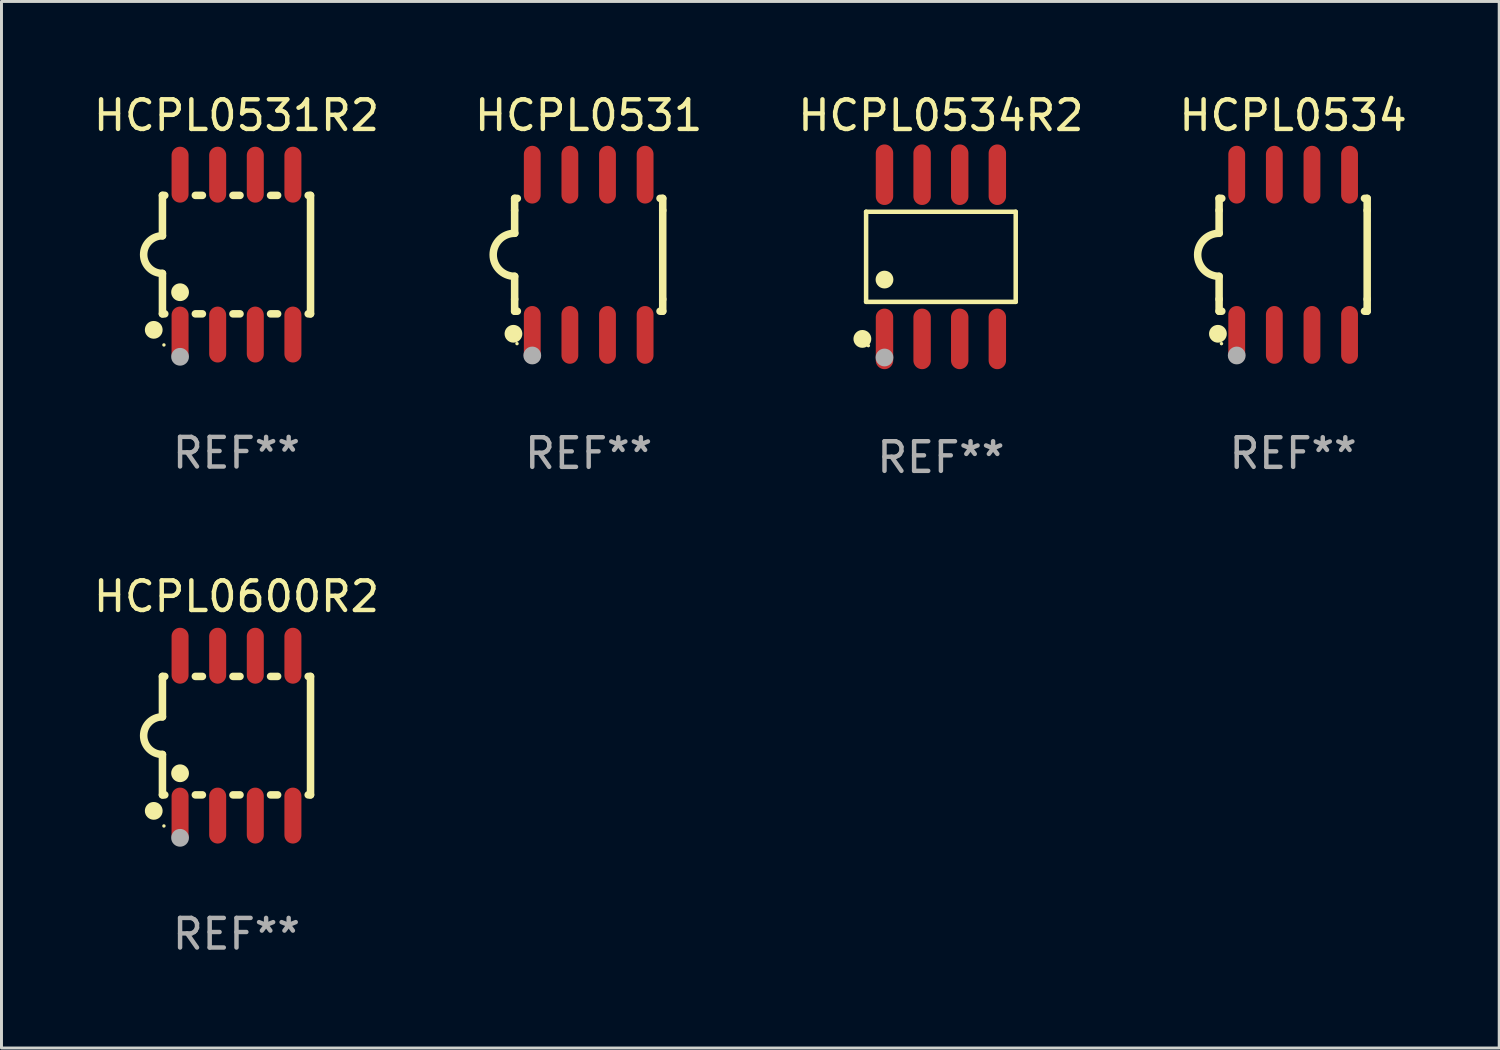
<source format=kicad_pcb>
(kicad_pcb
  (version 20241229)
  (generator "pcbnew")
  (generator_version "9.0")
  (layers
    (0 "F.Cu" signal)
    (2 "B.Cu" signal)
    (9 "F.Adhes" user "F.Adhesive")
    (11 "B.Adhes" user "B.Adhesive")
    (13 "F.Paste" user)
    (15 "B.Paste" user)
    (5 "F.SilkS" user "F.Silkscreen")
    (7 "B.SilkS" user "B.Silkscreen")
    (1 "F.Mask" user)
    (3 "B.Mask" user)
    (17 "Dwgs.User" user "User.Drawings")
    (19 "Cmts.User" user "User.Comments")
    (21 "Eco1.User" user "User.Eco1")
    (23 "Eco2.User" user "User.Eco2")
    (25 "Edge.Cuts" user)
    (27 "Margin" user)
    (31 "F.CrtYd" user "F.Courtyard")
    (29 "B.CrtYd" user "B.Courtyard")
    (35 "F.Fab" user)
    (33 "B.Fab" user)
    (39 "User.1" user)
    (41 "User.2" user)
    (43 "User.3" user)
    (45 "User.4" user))
  (footprint "HCPL0531R2"
    (layer "F.Cu")
    (at 4.935 5.547)
    (property "Reference" "HCPL0531R2" (at 0 -4.699 0) (layer "F.SilkS") (effects (font (size 1 1) (thickness 0.15))))
    (attr through_hole)
    (fp_line (start -2.5 -2) (end -2.5 -0.635) (stroke (width 0.254) (type solid)) (layer "F.SilkS"))
    (fp_line (start -2.5 -2) (end -2.421 -2) (stroke (width 0.254) (type solid)) (layer "F.SilkS"))
    (fp_line (start -2.5 2) (end -2.5 0.635) (stroke (width 0.254) (type solid)) (layer "F.SilkS"))
    (fp_line (start -2.5 2) (end -2.421 2) (stroke (width 0.254) (type solid)) (layer "F.SilkS"))
    (fp_line (start -1.389 -2) (end -1.151 -2) (stroke (width 0.254) (type solid)) (layer "F.SilkS"))
    (fp_line (start -1.389 2) (end -1.151 2) (stroke (width 0.254) (type solid)) (layer "F.SilkS"))
    (fp_line (start -0.119 -2) (end 0.119 -2) (stroke (width 0.254) (type solid)) (layer "F.SilkS"))
    (fp_line (start -0.119 2) (end 0.119 2) (stroke (width 0.254) (type solid)) (layer "F.SilkS"))
    (fp_line (start 1.151 -2) (end 1.389 -2) (stroke (width 0.254) (type solid)) (layer "F.SilkS"))
    (fp_line (start 1.151 2) (end 1.389 2) (stroke (width 0.254) (type solid)) (layer "F.SilkS"))
    (fp_line (start 2.421 -2) (end 2.5 -2) (stroke (width 0.254) (type solid)) (layer "F.SilkS"))
    (fp_line (start 2.421 2) (end 2.5 2) (stroke (width 0.254) (type solid)) (layer "F.SilkS"))
    (fp_line (start 2.5 -2) (end 2.5 2) (stroke (width 0.254) (type solid)) (layer "F.SilkS"))
    (fp_arc (start -2.5 0.635001) (mid -3.134366 -0.000318) (end -2.499365 -0.635001) (stroke (width 0.254001) (type solid)) (layer "F.SilkS"))
    (fp_circle (center -2.794 2.54) (end -2.644 2.54) (stroke (width 0.3) (type solid)) (fill no) (layer "F.SilkS"))
    (fp_circle (center -2.45 3.05) (end -2.42 3.05) (stroke (width 0.06) (type solid)) (fill no) (layer "F.SilkS"))
    (fp_circle (center -1.905 1.27) (end -1.755 1.27) (stroke (width 0.3) (type solid)) (fill no) (layer "F.SilkS"))
    (fp_circle (center -1.905 3.45) (end -1.755 3.45) (stroke (width 0.3) (type solid)) (fill no) (layer "F.Fab"))
    (fp_text user "REF**" (at 0 6.699 0) (layer "F.Fab") (effects (font (size 1 1) (thickness 0.15))))
    (pad "1" smd oval (at -1.905 2.699) (size 0.574 1.888) (layers "F.Cu" "F.Mask" "F.Paste"))
    (pad "2" smd oval (at -0.635 2.699) (size 0.574 1.888) (layers "F.Cu" "F.Mask" "F.Paste"))
    (pad "3" smd oval (at 0.635 2.699) (size 0.574 1.888) (layers "F.Cu" "F.Mask" "F.Paste"))
    (pad "4" smd oval (at 1.905 2.699) (size 0.574 1.888) (layers "F.Cu" "F.Mask" "F.Paste"))
    (pad "5" smd oval (at 1.905 -2.699) (size 0.574 1.888) (layers "F.Cu" "F.Mask" "F.Paste"))
    (pad "6" smd oval (at 0.635 -2.699) (size 0.574 1.888) (layers "F.Cu" "F.Mask" "F.Paste"))
    (pad "7" smd oval (at -0.635 -2.699) (size 0.574 1.888) (layers "F.Cu" "F.Mask" "F.Paste"))
    (pad "8" smd oval (at -1.905 -2.699) (size 0.574 1.888) (layers "F.Cu" "F.Mask" "F.Paste")))
  (footprint "HCPL0534R2"
    (layer "F.Cu")
    (at 28.72 5.621)
    (property "Reference" "HCPL0534R2" (at 0 -4.772 0) (layer "F.SilkS") (effects (font (size 1 1) (thickness 0.15))))
    (attr through_hole)
    (fp_line (start -2.526 -1.521) (end 2.526 -1.521) (stroke (width 0.152) (type solid)) (layer "F.SilkS"))
    (fp_line (start -2.526 1.521) (end -2.526 -1.521) (stroke (width 0.152) (type solid)) (layer "F.SilkS"))
    (fp_line (start 2.526 -1.521) (end 2.526 1.521) (stroke (width 0.152) (type solid)) (layer "F.SilkS"))
    (fp_line (start 2.526 1.521) (end -2.526 1.521) (stroke (width 0.152) (type solid)) (layer "F.SilkS"))
    (fp_circle (center -2.652 2.772) (end -2.501 2.772) (stroke (width 0.3) (type solid)) (fill no) (layer "F.SilkS"))
    (fp_circle (center -2.45 3) (end -2.42 3) (stroke (width 0.06) (type solid)) (fill no) (layer "F.SilkS"))
    (fp_circle (center -1.905 0.769) (end -1.755 0.769) (stroke (width 0.3) (type solid)) (fill no) (layer "F.SilkS"))
    (fp_circle (center -1.905 3.4) (end -1.755 3.4) (stroke (width 0.3) (type solid)) (fill no) (layer "F.Fab"))
    (fp_text user "REF**" (at 0 6.772 0) (layer "F.Fab") (effects (font (size 1 1) (thickness 0.15))))
    (pad "1" smd oval (at -1.905 2.772) (size 0.588 2.045) (layers "F.Cu" "F.Mask" "F.Paste"))
    (pad "2" smd oval (at -0.635 2.772) (size 0.588 2.045) (layers "F.Cu" "F.Mask" "F.Paste"))
    (pad "3" smd oval (at 0.635 2.772) (size 0.588 2.045) (layers "F.Cu" "F.Mask" "F.Paste"))
    (pad "4" smd oval (at 1.905 2.772) (size 0.588 2.045) (layers "F.Cu" "F.Mask" "F.Paste"))
    (pad "5" smd oval (at 1.905 -2.772) (size 0.588 2.045) (layers "F.Cu" "F.Mask" "F.Paste"))
    (pad "6" smd oval (at 0.635 -2.772) (size 0.588 2.045) (layers "F.Cu" "F.Mask" "F.Paste"))
    (pad "7" smd oval (at -0.635 -2.772) (size 0.588 2.045) (layers "F.Cu" "F.Mask" "F.Paste"))
    (pad "8" smd oval (at -1.905 -2.772) (size 0.588 2.045) (layers "F.Cu" "F.Mask" "F.Paste")))
  (footprint "HCPL0534"
    (layer "F.Cu")
    (at 40.613 5.553)
    (property "Reference" "HCPL0534" (at 0 -4.705 0) (layer "F.SilkS") (effects (font (size 1 1) (thickness 0.15))))
    (attr through_hole)
    (fp_line (start -2.5 -1.905) (end -2.409 -1.905) (stroke (width 0.254) (type solid)) (layer "F.SilkS"))
    (fp_line (start -2.5 -1.5) (end -2.5 -1.905) (stroke (width 0.254) (type solid)) (layer "F.SilkS"))
    (fp_line (start -2.5 -1.5) (end -2.5 -0.726) (stroke (width 0.254) (type solid)) (layer "F.SilkS"))
    (fp_line (start -2.5 1.5) (end -2.5 0.727) (stroke (width 0.254) (type solid)) (layer "F.SilkS"))
    (fp_line (start -2.5 1.5) (end -2.5 1.905) (stroke (width 0.254) (type solid)) (layer "F.SilkS"))
    (fp_line (start -2.5 1.905) (end -2.409 1.905) (stroke (width 0.254) (type solid)) (layer "F.SilkS"))
    (fp_line (start 2.5 -1.905) (end 2.409 -1.905) (stroke (width 0.254) (type solid)) (layer "F.SilkS"))
    (fp_line (start 2.5 -1.5) (end 2.5 -1.905) (stroke (width 0.254) (type solid)) (layer "F.SilkS"))
    (fp_line (start 2.5 -1.5) (end 2.5 1.5) (stroke (width 0.254) (type solid)) (layer "F.SilkS"))
    (fp_line (start 2.5 1.5) (end 2.5 1.905) (stroke (width 0.254) (type solid)) (layer "F.SilkS"))
    (fp_line (start 2.5 1.905) (end 2.409 1.905) (stroke (width 0.254) (type solid)) (layer "F.SilkS"))
    (fp_arc (start -2.5 0.726568) (mid -3.220316 -0.0023) (end -2.495097 -0.726289) (stroke (width 0.254001) (type solid)) (layer "F.SilkS"))
    (fp_circle (center -2.54 2.667) (end -2.39 2.667) (stroke (width 0.3) (type solid)) (fill no) (layer "F.SilkS"))
    (fp_circle (center -2.42 3) (end -2.39 3) (stroke (width 0.06) (type solid)) (fill no) (layer "F.SilkS"))
    (fp_circle (center -1.905 3.4) (end -1.755 3.4) (stroke (width 0.3) (type solid)) (fill no) (layer "F.Fab"))
    (fp_text user "REF**" (at 0 6.705 0) (layer "F.Fab") (effects (font (size 1 1) (thickness 0.15))))
    (pad "1" smd oval (at -1.905 2.705) (size 0.568 1.95) (layers "F.Cu" "F.Mask" "F.Paste"))
    (pad "2" smd oval (at -0.635 2.705) (size 0.568 1.95) (layers "F.Cu" "F.Mask" "F.Paste"))
    (pad "3" smd oval (at 0.635 2.705) (size 0.568 1.95) (layers "F.Cu" "F.Mask" "F.Paste"))
    (pad "4" smd oval (at 1.905 2.705) (size 0.568 1.95) (layers "F.Cu" "F.Mask" "F.Paste"))
    (pad "5" smd oval (at 1.905 -2.705) (size 0.568 1.95) (layers "F.Cu" "F.Mask" "F.Paste"))
    (pad "6" smd oval (at 0.635 -2.705) (size 0.568 1.95) (layers "F.Cu" "F.Mask" "F.Paste"))
    (pad "7" smd oval (at -0.635 -2.705) (size 0.568 1.95) (layers "F.Cu" "F.Mask" "F.Paste"))
    (pad "8" smd oval (at -1.905 -2.705) (size 0.568 1.95) (layers "F.Cu" "F.Mask" "F.Paste")))
  (footprint "HCPL0600R2"
    (layer "F.Cu")
    (at 4.935 21.789)
    (property "Reference" "HCPL0600R2" (at 0 -4.699 0) (layer "F.SilkS") (effects (font (size 1 1) (thickness 0.15))))
    (attr through_hole)
    (fp_line (start -2.5 -2) (end -2.5 -0.635) (stroke (width 0.254) (type solid)) (layer "F.SilkS"))
    (fp_line (start -2.5 -2) (end -2.421 -2) (stroke (width 0.254) (type solid)) (layer "F.SilkS"))
    (fp_line (start -2.5 2) (end -2.5 0.635) (stroke (width 0.254) (type solid)) (layer "F.SilkS"))
    (fp_line (start -2.5 2) (end -2.421 2) (stroke (width 0.254) (type solid)) (layer "F.SilkS"))
    (fp_line (start -1.389 -2) (end -1.151 -2) (stroke (width 0.254) (type solid)) (layer "F.SilkS"))
    (fp_line (start -1.389 2) (end -1.151 2) (stroke (width 0.254) (type solid)) (layer "F.SilkS"))
    (fp_line (start -0.119 -2) (end 0.119 -2) (stroke (width 0.254) (type solid)) (layer "F.SilkS"))
    (fp_line (start -0.119 2) (end 0.119 2) (stroke (width 0.254) (type solid)) (layer "F.SilkS"))
    (fp_line (start 1.151 -2) (end 1.389 -2) (stroke (width 0.254) (type solid)) (layer "F.SilkS"))
    (fp_line (start 1.151 2) (end 1.389 2) (stroke (width 0.254) (type solid)) (layer "F.SilkS"))
    (fp_line (start 2.421 -2) (end 2.5 -2) (stroke (width 0.254) (type solid)) (layer "F.SilkS"))
    (fp_line (start 2.421 2) (end 2.5 2) (stroke (width 0.254) (type solid)) (layer "F.SilkS"))
    (fp_line (start 2.5 -2) (end 2.5 2) (stroke (width 0.254) (type solid)) (layer "F.SilkS"))
    (fp_arc (start -2.5 0.635001) (mid -3.134366 -0.000318) (end -2.499365 -0.635001) (stroke (width 0.254001) (type solid)) (layer "F.SilkS"))
    (fp_circle (center -2.794 2.54) (end -2.644 2.54) (stroke (width 0.3) (type solid)) (fill no) (layer "F.SilkS"))
    (fp_circle (center -2.45 3.05) (end -2.42 3.05) (stroke (width 0.06) (type solid)) (fill no) (layer "F.SilkS"))
    (fp_circle (center -1.905 1.27) (end -1.755 1.27) (stroke (width 0.3) (type solid)) (fill no) (layer "F.SilkS"))
    (fp_circle (center -1.905 3.45) (end -1.755 3.45) (stroke (width 0.3) (type solid)) (fill no) (layer "F.Fab"))
    (fp_text user "REF**" (at 0 6.699 0) (layer "F.Fab") (effects (font (size 1 1) (thickness 0.15))))
    (pad "1" smd oval (at -1.905 2.699) (size 0.574 1.888) (layers "F.Cu" "F.Mask" "F.Paste"))
    (pad "2" smd oval (at -0.635 2.699) (size 0.574 1.888) (layers "F.Cu" "F.Mask" "F.Paste"))
    (pad "3" smd oval (at 0.635 2.699) (size 0.574 1.888) (layers "F.Cu" "F.Mask" "F.Paste"))
    (pad "4" smd oval (at 1.905 2.699) (size 0.574 1.888) (layers "F.Cu" "F.Mask" "F.Paste"))
    (pad "5" smd oval (at 1.905 -2.699) (size 0.574 1.888) (layers "F.Cu" "F.Mask" "F.Paste"))
    (pad "6" smd oval (at 0.635 -2.699) (size 0.574 1.888) (layers "F.Cu" "F.Mask" "F.Paste"))
    (pad "7" smd oval (at -0.635 -2.699) (size 0.574 1.888) (layers "F.Cu" "F.Mask" "F.Paste"))
    (pad "8" smd oval (at -1.905 -2.699) (size 0.574 1.888) (layers "F.Cu" "F.Mask" "F.Paste")))
  (footprint "HCPL0531"
    (layer "F.Cu")
    (at 16.827 5.553)
    (property "Reference" "HCPL0531" (at 0 -4.705 0) (layer "F.SilkS") (effects (font (size 1 1) (thickness 0.15))))
    (attr through_hole)
    (fp_line (start -2.5 -1.905) (end -2.409 -1.905) (stroke (width 0.254) (type solid)) (layer "F.SilkS"))
    (fp_line (start -2.5 -1.5) (end -2.5 -1.905) (stroke (width 0.254) (type solid)) (layer "F.SilkS"))
    (fp_line (start -2.5 -1.5) (end -2.5 -0.726) (stroke (width 0.254) (type solid)) (layer "F.SilkS"))
    (fp_line (start -2.5 1.5) (end -2.5 0.727) (stroke (width 0.254) (type solid)) (layer "F.SilkS"))
    (fp_line (start -2.5 1.5) (end -2.5 1.905) (stroke (width 0.254) (type solid)) (layer "F.SilkS"))
    (fp_line (start -2.5 1.905) (end -2.409 1.905) (stroke (width 0.254) (type solid)) (layer "F.SilkS"))
    (fp_line (start 2.5 -1.905) (end 2.409 -1.905) (stroke (width 0.254) (type solid)) (layer "F.SilkS"))
    (fp_line (start 2.5 -1.5) (end 2.5 -1.905) (stroke (width 0.254) (type solid)) (layer "F.SilkS"))
    (fp_line (start 2.5 -1.5) (end 2.5 1.5) (stroke (width 0.254) (type solid)) (layer "F.SilkS"))
    (fp_line (start 2.5 1.5) (end 2.5 1.905) (stroke (width 0.254) (type solid)) (layer "F.SilkS"))
    (fp_line (start 2.5 1.905) (end 2.409 1.905) (stroke (width 0.254) (type solid)) (layer "F.SilkS"))
    (fp_arc (start -2.5 0.726568) (mid -3.220316 -0.0023) (end -2.495097 -0.726289) (stroke (width 0.254001) (type solid)) (layer "F.SilkS"))
    (fp_circle (center -2.54 2.667) (end -2.39 2.667) (stroke (width 0.3) (type solid)) (fill no) (layer "F.SilkS"))
    (fp_circle (center -2.42 3) (end -2.39 3) (stroke (width 0.06) (type solid)) (fill no) (layer "F.SilkS"))
    (fp_circle (center -1.905 3.4) (end -1.755 3.4) (stroke (width 0.3) (type solid)) (fill no) (layer "F.Fab"))
    (fp_text user "REF**" (at 0 6.705 0) (layer "F.Fab") (effects (font (size 1 1) (thickness 0.15))))
    (pad "1" smd oval (at -1.905 2.705) (size 0.568 1.95) (layers "F.Cu" "F.Mask" "F.Paste"))
    (pad "2" smd oval (at -0.635 2.705) (size 0.568 1.95) (layers "F.Cu" "F.Mask" "F.Paste"))
    (pad "3" smd oval (at 0.635 2.705) (size 0.568 1.95) (layers "F.Cu" "F.Mask" "F.Paste"))
    (pad "4" smd oval (at 1.905 2.705) (size 0.568 1.95) (layers "F.Cu" "F.Mask" "F.Paste"))
    (pad "5" smd oval (at 1.905 -2.705) (size 0.568 1.95) (layers "F.Cu" "F.Mask" "F.Paste"))
    (pad "6" smd oval (at 0.635 -2.705) (size 0.568 1.95) (layers "F.Cu" "F.Mask" "F.Paste"))
    (pad "7" smd oval (at -0.635 -2.705) (size 0.568 1.95) (layers "F.Cu" "F.Mask" "F.Paste"))
    (pad "8" smd oval (at -1.905 -2.705) (size 0.568 1.95) (layers "F.Cu" "F.Mask" "F.Paste")))
  (gr_rect
    (start -3 -3)
    (end 47.571 32.336)
    (stroke (width 0.1) (type default))
    (fill no)
    (layer "Edge.Cuts")))
</source>
